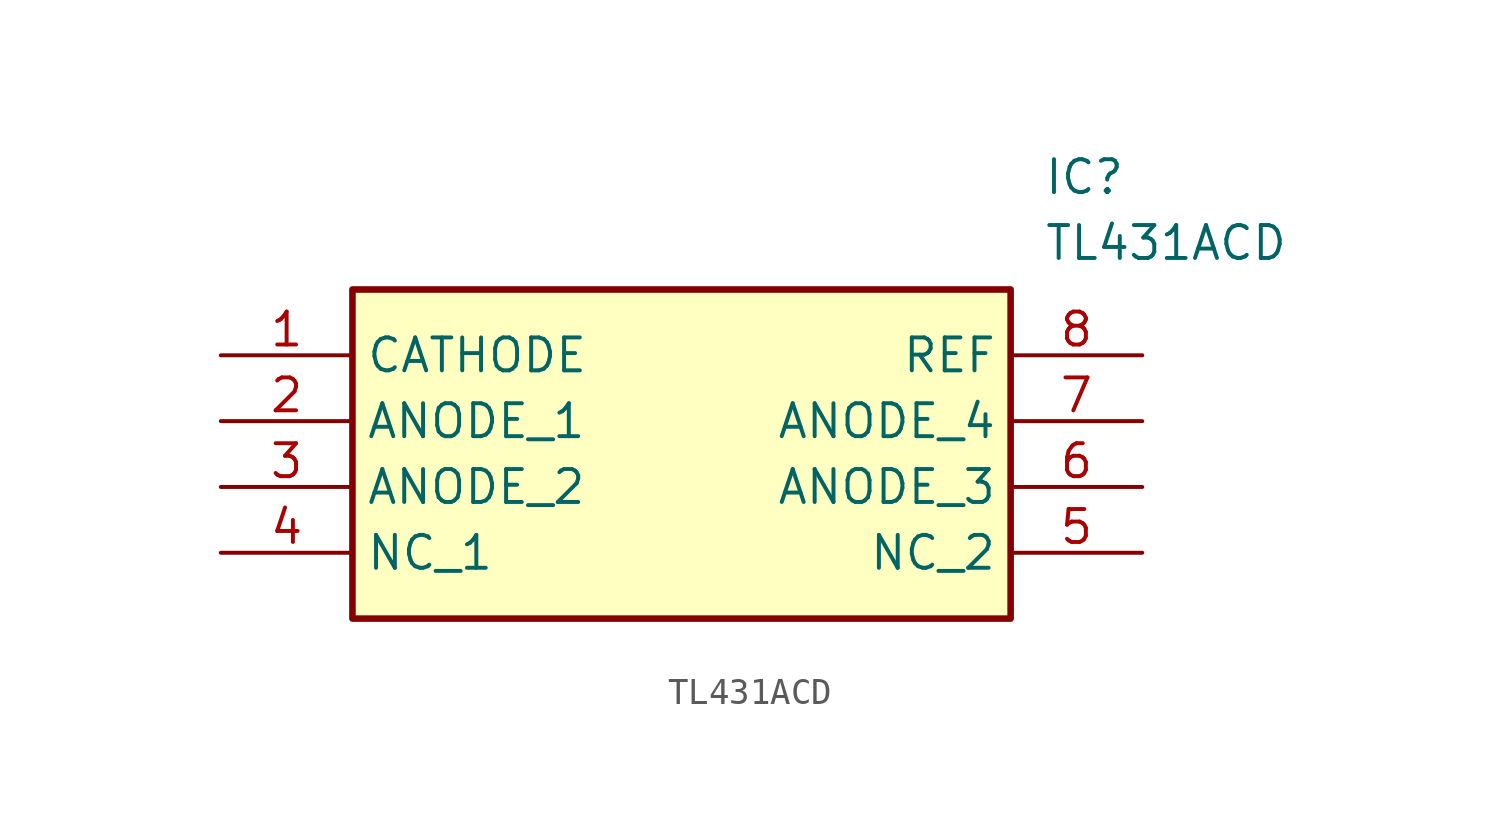
<source format=kicad_sym>
(kicad_symbol_lib
  (version 20211014)
  (generator SamacSys_ECAD_Model)
  (symbol "TL431ACD"
    (property "Reference" "IC"
      (at 31.75 7.62 0)
      (effects (font (size 1.27 1.27)) (justify left top)))
    (property "Value" "TL431ACD"
      (at 31.75 5.08 0)
      (effects (font (size 1.27 1.27)) (justify left top)))
    (rectangle
      (start 5.08 2.54)
      (end 30.48 -10.16)
      (stroke (width 0.254) (type default))
      (fill (type background)))
    (pin passive line
      (at 0 0 0)
      (length 5.08)
      (name "CATHODE" (effects (font (size 1.27 1.27))))
      (number "1" (effects (font (size 1.27 1.27)))))
    (pin passive line
      (at 0 -2.54 0)
      (length 5.08)
      (name "ANODE_1" (effects (font (size 1.27 1.27))))
      (number "2" (effects (font (size 1.27 1.27)))))
    (pin passive line
      (at 0 -5.08 0)
      (length 5.08)
      (name "ANODE_2" (effects (font (size 1.27 1.27))))
      (number "3" (effects (font (size 1.27 1.27)))))
    (pin passive line
      (at 0 -7.62 0)
      (length 5.08)
      (name "NC_1" (effects (font (size 1.27 1.27))))
      (number "4" (effects (font (size 1.27 1.27)))))
    (pin passive line
      (at 35.56 0 180)
      (length 5.08)
      (name "REF" (effects (font (size 1.27 1.27))))
      (number "8" (effects (font (size 1.27 1.27)))))
    (pin passive line
      (at 35.56 -2.54 180)
      (length 5.08)
      (name "ANODE_4" (effects (font (size 1.27 1.27))))
      (number "7" (effects (font (size 1.27 1.27)))))
    (pin passive line
      (at 35.56 -5.08 180)
      (length 5.08)
      (name "ANODE_3" (effects (font (size 1.27 1.27))))
      (number "6" (effects (font (size 1.27 1.27)))))
    (pin passive line
      (at 35.56 -7.62 180)
      (length 5.08)
      (name "NC_2" (effects (font (size 1.27 1.27))))
      (number "5" (effects (font (size 1.27 1.27)))))))
</source>
